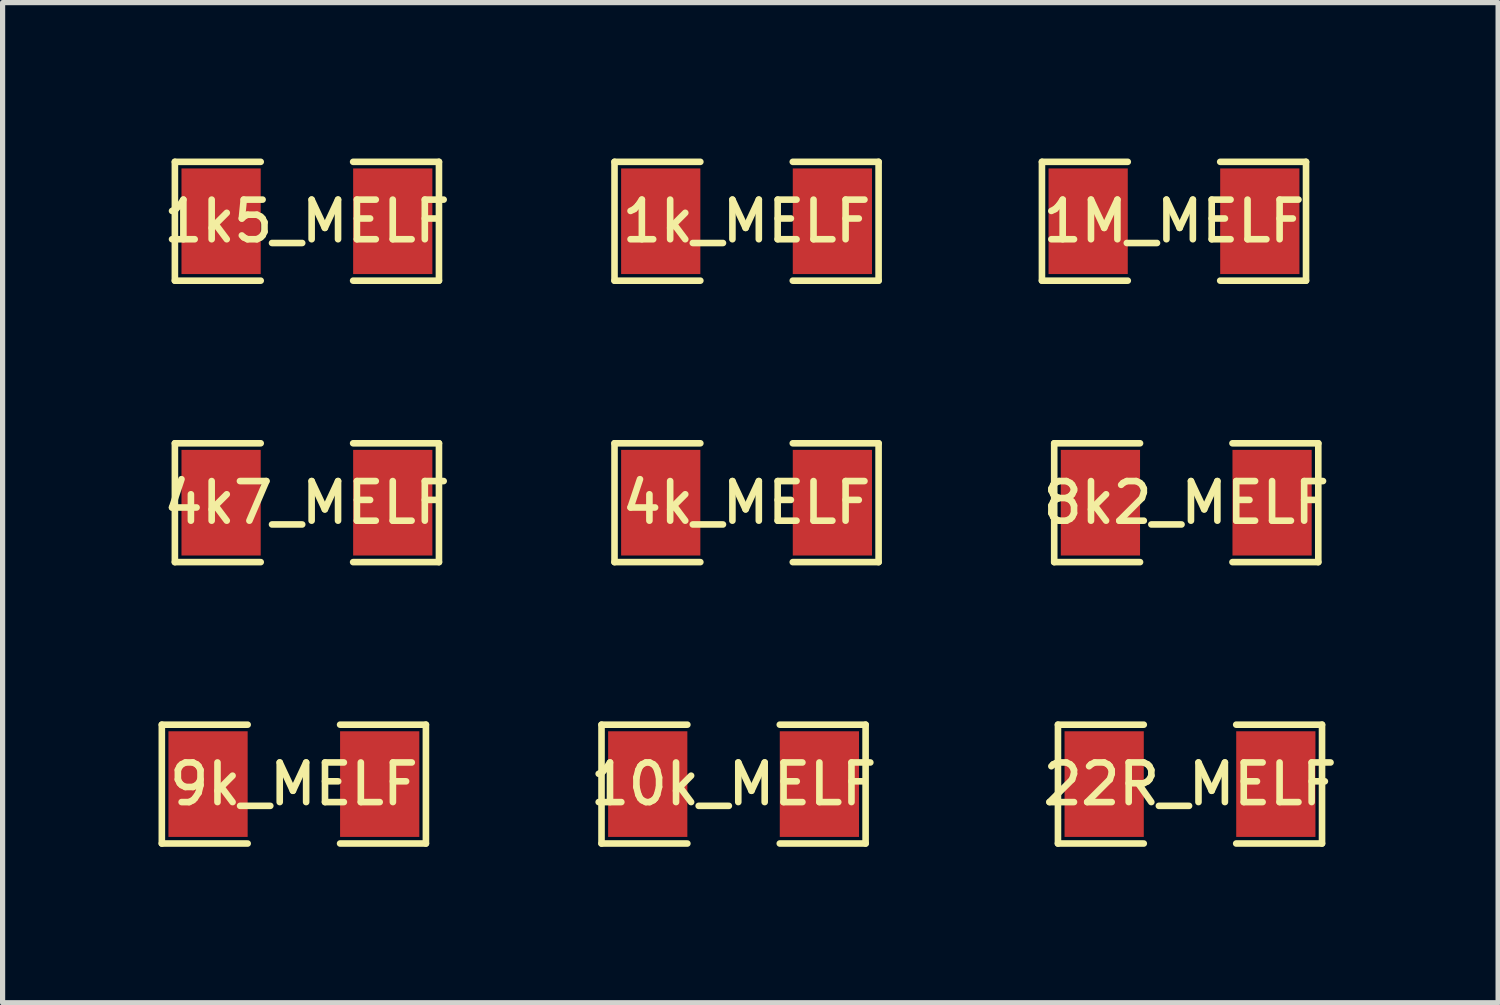
<source format=kicad_pcb>
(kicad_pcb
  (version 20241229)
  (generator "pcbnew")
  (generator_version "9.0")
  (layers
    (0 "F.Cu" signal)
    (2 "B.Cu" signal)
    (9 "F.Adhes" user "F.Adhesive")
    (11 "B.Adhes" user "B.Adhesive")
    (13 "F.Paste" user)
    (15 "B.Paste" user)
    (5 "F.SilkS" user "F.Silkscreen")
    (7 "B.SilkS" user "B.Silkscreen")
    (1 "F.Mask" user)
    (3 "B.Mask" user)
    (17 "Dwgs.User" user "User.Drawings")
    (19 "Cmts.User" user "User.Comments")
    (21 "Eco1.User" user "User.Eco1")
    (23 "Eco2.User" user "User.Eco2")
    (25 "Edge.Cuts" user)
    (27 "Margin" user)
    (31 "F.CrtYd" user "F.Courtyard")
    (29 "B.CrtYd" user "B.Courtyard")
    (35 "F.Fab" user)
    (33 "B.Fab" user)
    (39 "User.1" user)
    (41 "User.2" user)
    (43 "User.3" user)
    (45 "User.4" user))
  (footprint "8k2_MELF"
    (layer "F.Cu")
    (at 19.769 6.62)
    (property "Reference" "8k2_MELF" (at 0 0 0) (layer "F.SilkS") (effects (font (size 0.762 0.762) (thickness 0.127))))
    (attr smd)
    (fp_line (start -2.54 -1.143) (end -2.54 1.143) (stroke (width 0.127) (type solid)) (layer "F.SilkS"))
    (fp_line (start -2.54 1.143) (end -0.889 1.143) (stroke (width 0.127) (type solid)) (layer "F.SilkS"))
    (fp_line (start -0.889 -1.143) (end -2.54 -1.143) (stroke (width 0.127) (type solid)) (layer "F.SilkS"))
    (fp_line (start 0.889 -1.143) (end 2.54 -1.143) (stroke (width 0.127) (type solid)) (layer "F.SilkS"))
    (fp_line (start 2.54 -1.143) (end 2.54 1.143) (stroke (width 0.127) (type solid)) (layer "F.SilkS"))
    (fp_line (start 2.54 1.143) (end 0.889 1.143) (stroke (width 0.127) (type solid)) (layer "F.SilkS"))
    (pad "1" smd rect (at -1.651 0) (size 1.524 2.032) (layers "F.Cu" "F.Mask" "F.Paste"))
    (pad "2" smd rect (at 1.651 0) (size 1.524 2.032) (layers "F.Cu" "F.Mask" "F.Paste")))
  (footprint "9k_MELF"
    (layer "F.Cu")
    (at 2.603 12.033)
    (property "Reference" "9k_MELF" (at 0 0 0) (layer "F.SilkS") (effects (font (size 0.762 0.762) (thickness 0.127))))
    (attr smd)
    (fp_line (start -2.54 -1.143) (end -2.54 1.143) (stroke (width 0.127) (type solid)) (layer "F.SilkS"))
    (fp_line (start -2.54 1.143) (end -0.889 1.143) (stroke (width 0.127) (type solid)) (layer "F.SilkS"))
    (fp_line (start -0.889 -1.143) (end -2.54 -1.143) (stroke (width 0.127) (type solid)) (layer "F.SilkS"))
    (fp_line (start 0.889 -1.143) (end 2.54 -1.143) (stroke (width 0.127) (type solid)) (layer "F.SilkS"))
    (fp_line (start 2.54 -1.143) (end 2.54 1.143) (stroke (width 0.127) (type solid)) (layer "F.SilkS"))
    (fp_line (start 2.54 1.143) (end 0.889 1.143) (stroke (width 0.127) (type solid)) (layer "F.SilkS"))
    (pad "1" smd rect (at -1.651 0) (size 1.524 2.032) (layers "F.Cu" "F.Mask" "F.Paste"))
    (pad "2" smd rect (at 1.651 0) (size 1.524 2.032) (layers "F.Cu" "F.Mask" "F.Paste")))
  (footprint "1M_MELF"
    (layer "F.Cu")
    (at 19.533 1.206)
    (property "Reference" "1M_MELF" (at 0 0 0) (layer "F.SilkS") (effects (font (size 0.762 0.762) (thickness 0.127))))
    (attr smd)
    (fp_line (start -2.54 -1.143) (end -2.54 1.143) (stroke (width 0.127) (type solid)) (layer "F.SilkS"))
    (fp_line (start -2.54 1.143) (end -0.889 1.143) (stroke (width 0.127) (type solid)) (layer "F.SilkS"))
    (fp_line (start -0.889 -1.143) (end -2.54 -1.143) (stroke (width 0.127) (type solid)) (layer "F.SilkS"))
    (fp_line (start 0.889 -1.143) (end 2.54 -1.143) (stroke (width 0.127) (type solid)) (layer "F.SilkS"))
    (fp_line (start 2.54 -1.143) (end 2.54 1.143) (stroke (width 0.127) (type solid)) (layer "F.SilkS"))
    (fp_line (start 2.54 1.143) (end 0.889 1.143) (stroke (width 0.127) (type solid)) (layer "F.SilkS"))
    (pad "1" smd rect (at -1.651 0) (size 1.524 2.032) (layers "F.Cu" "F.Mask" "F.Paste"))
    (pad "2" smd rect (at 1.651 0) (size 1.524 2.032) (layers "F.Cu" "F.Mask" "F.Paste")))
  (footprint "1k_MELF"
    (layer "F.Cu")
    (at 11.311 1.206)
    (property "Reference" "1k_MELF" (at 0 0 0) (layer "F.SilkS") (effects (font (size 0.762 0.762) (thickness 0.127))))
    (attr smd)
    (fp_line (start -2.54 -1.143) (end -2.54 1.143) (stroke (width 0.127) (type solid)) (layer "F.SilkS"))
    (fp_line (start -2.54 1.143) (end -0.889 1.143) (stroke (width 0.127) (type solid)) (layer "F.SilkS"))
    (fp_line (start -0.889 -1.143) (end -2.54 -1.143) (stroke (width 0.127) (type solid)) (layer "F.SilkS"))
    (fp_line (start 0.889 -1.143) (end 2.54 -1.143) (stroke (width 0.127) (type solid)) (layer "F.SilkS"))
    (fp_line (start 2.54 -1.143) (end 2.54 1.143) (stroke (width 0.127) (type solid)) (layer "F.SilkS"))
    (fp_line (start 2.54 1.143) (end 0.889 1.143) (stroke (width 0.127) (type solid)) (layer "F.SilkS"))
    (pad "1" smd rect (at -1.651 0) (size 1.524 2.032) (layers "F.Cu" "F.Mask" "F.Paste"))
    (pad "2" smd rect (at 1.651 0) (size 1.524 2.032) (layers "F.Cu" "F.Mask" "F.Paste")))
  (footprint "10k_MELF"
    (layer "F.Cu")
    (at 11.061 12.033)
    (property "Reference" "10k_MELF" (at 0 0 0) (layer "F.SilkS") (effects (font (size 0.762 0.762) (thickness 0.127))))
    (attr smd)
    (fp_line (start -2.54 -1.143) (end -2.54 1.143) (stroke (width 0.127) (type solid)) (layer "F.SilkS"))
    (fp_line (start -2.54 1.143) (end -0.889 1.143) (stroke (width 0.127) (type solid)) (layer "F.SilkS"))
    (fp_line (start -0.889 -1.143) (end -2.54 -1.143) (stroke (width 0.127) (type solid)) (layer "F.SilkS"))
    (fp_line (start 0.889 -1.143) (end 2.54 -1.143) (stroke (width 0.127) (type solid)) (layer "F.SilkS"))
    (fp_line (start 2.54 -1.143) (end 2.54 1.143) (stroke (width 0.127) (type solid)) (layer "F.SilkS"))
    (fp_line (start 2.54 1.143) (end 0.889 1.143) (stroke (width 0.127) (type solid)) (layer "F.SilkS"))
    (pad "1" smd rect (at -1.651 0) (size 1.524 2.032) (layers "F.Cu" "F.Mask" "F.Paste"))
    (pad "2" smd rect (at 1.651 0) (size 1.524 2.032) (layers "F.Cu" "F.Mask" "F.Paste")))
  (footprint "4k7_MELF"
    (layer "F.Cu")
    (at 2.854 6.62)
    (property "Reference" "4k7_MELF" (at 0 0 0) (layer "F.SilkS") (effects (font (size 0.762 0.762) (thickness 0.127))))
    (attr smd)
    (fp_line (start -2.54 -1.143) (end -2.54 1.143) (stroke (width 0.127) (type solid)) (layer "F.SilkS"))
    (fp_line (start -2.54 1.143) (end -0.889 1.143) (stroke (width 0.127) (type solid)) (layer "F.SilkS"))
    (fp_line (start -0.889 -1.143) (end -2.54 -1.143) (stroke (width 0.127) (type solid)) (layer "F.SilkS"))
    (fp_line (start 0.889 -1.143) (end 2.54 -1.143) (stroke (width 0.127) (type solid)) (layer "F.SilkS"))
    (fp_line (start 2.54 -1.143) (end 2.54 1.143) (stroke (width 0.127) (type solid)) (layer "F.SilkS"))
    (fp_line (start 2.54 1.143) (end 0.889 1.143) (stroke (width 0.127) (type solid)) (layer "F.SilkS"))
    (pad "1" smd rect (at -1.651 0) (size 1.524 2.032) (layers "F.Cu" "F.Mask" "F.Paste"))
    (pad "2" smd rect (at 1.651 0) (size 1.524 2.032) (layers "F.Cu" "F.Mask" "F.Paste")))
  (footprint "22R_MELF"
    (layer "F.Cu")
    (at 19.841 12.033)
    (property "Reference" "22R_MELF" (at 0 0 0) (layer "F.SilkS") (effects (font (size 0.762 0.762) (thickness 0.127))))
    (attr smd)
    (fp_line (start -2.54 -1.143) (end -2.54 1.143) (stroke (width 0.127) (type solid)) (layer "F.SilkS"))
    (fp_line (start -2.54 1.143) (end -0.889 1.143) (stroke (width 0.127) (type solid)) (layer "F.SilkS"))
    (fp_line (start -0.889 -1.143) (end -2.54 -1.143) (stroke (width 0.127) (type solid)) (layer "F.SilkS"))
    (fp_line (start 0.889 -1.143) (end 2.54 -1.143) (stroke (width 0.127) (type solid)) (layer "F.SilkS"))
    (fp_line (start 2.54 -1.143) (end 2.54 1.143) (stroke (width 0.127) (type solid)) (layer "F.SilkS"))
    (fp_line (start 2.54 1.143) (end 0.889 1.143) (stroke (width 0.127) (type solid)) (layer "F.SilkS"))
    (pad "1" smd rect (at -1.651 0) (size 1.524 2.032) (layers "F.Cu" "F.Mask" "F.Paste"))
    (pad "2" smd rect (at 1.651 0) (size 1.524 2.032) (layers "F.Cu" "F.Mask" "F.Paste")))
  (footprint "4k_MELF"
    (layer "F.Cu")
    (at 11.311 6.62)
    (property "Reference" "4k_MELF" (at 0 0 0) (layer "F.SilkS") (effects (font (size 0.762 0.762) (thickness 0.127))))
    (attr smd)
    (fp_line (start -2.54 -1.143) (end -2.54 1.143) (stroke (width 0.127) (type solid)) (layer "F.SilkS"))
    (fp_line (start -2.54 1.143) (end -0.889 1.143) (stroke (width 0.127) (type solid)) (layer "F.SilkS"))
    (fp_line (start -0.889 -1.143) (end -2.54 -1.143) (stroke (width 0.127) (type solid)) (layer "F.SilkS"))
    (fp_line (start 0.889 -1.143) (end 2.54 -1.143) (stroke (width 0.127) (type solid)) (layer "F.SilkS"))
    (fp_line (start 2.54 -1.143) (end 2.54 1.143) (stroke (width 0.127) (type solid)) (layer "F.SilkS"))
    (fp_line (start 2.54 1.143) (end 0.889 1.143) (stroke (width 0.127) (type solid)) (layer "F.SilkS"))
    (pad "1" smd rect (at -1.651 0) (size 1.524 2.032) (layers "F.Cu" "F.Mask" "F.Paste"))
    (pad "2" smd rect (at 1.651 0) (size 1.524 2.032) (layers "F.Cu" "F.Mask" "F.Paste")))
  (footprint "1k5_MELF"
    (layer "F.Cu")
    (at 2.854 1.206)
    (property "Reference" "1k5_MELF" (at 0 0 0) (layer "F.SilkS") (effects (font (size 0.762 0.762) (thickness 0.127))))
    (attr smd)
    (fp_line (start -2.54 -1.143) (end -2.54 1.143) (stroke (width 0.127) (type solid)) (layer "F.SilkS"))
    (fp_line (start -2.54 1.143) (end -0.889 1.143) (stroke (width 0.127) (type solid)) (layer "F.SilkS"))
    (fp_line (start -0.889 -1.143) (end -2.54 -1.143) (stroke (width 0.127) (type solid)) (layer "F.SilkS"))
    (fp_line (start 0.889 -1.143) (end 2.54 -1.143) (stroke (width 0.127) (type solid)) (layer "F.SilkS"))
    (fp_line (start 2.54 -1.143) (end 2.54 1.143) (stroke (width 0.127) (type solid)) (layer "F.SilkS"))
    (fp_line (start 2.54 1.143) (end 0.889 1.143) (stroke (width 0.127) (type solid)) (layer "F.SilkS"))
    (pad "1" smd rect (at -1.651 0) (size 1.524 2.032) (layers "F.Cu" "F.Mask" "F.Paste"))
    (pad "2" smd rect (at 1.651 0) (size 1.524 2.032) (layers "F.Cu" "F.Mask" "F.Paste")))
  (gr_rect
    (start -3 -3)
    (end 25.768 16.239)
    (stroke (width 0.1) (type default))
    (fill no)
    (layer "Edge.Cuts")))
</source>
